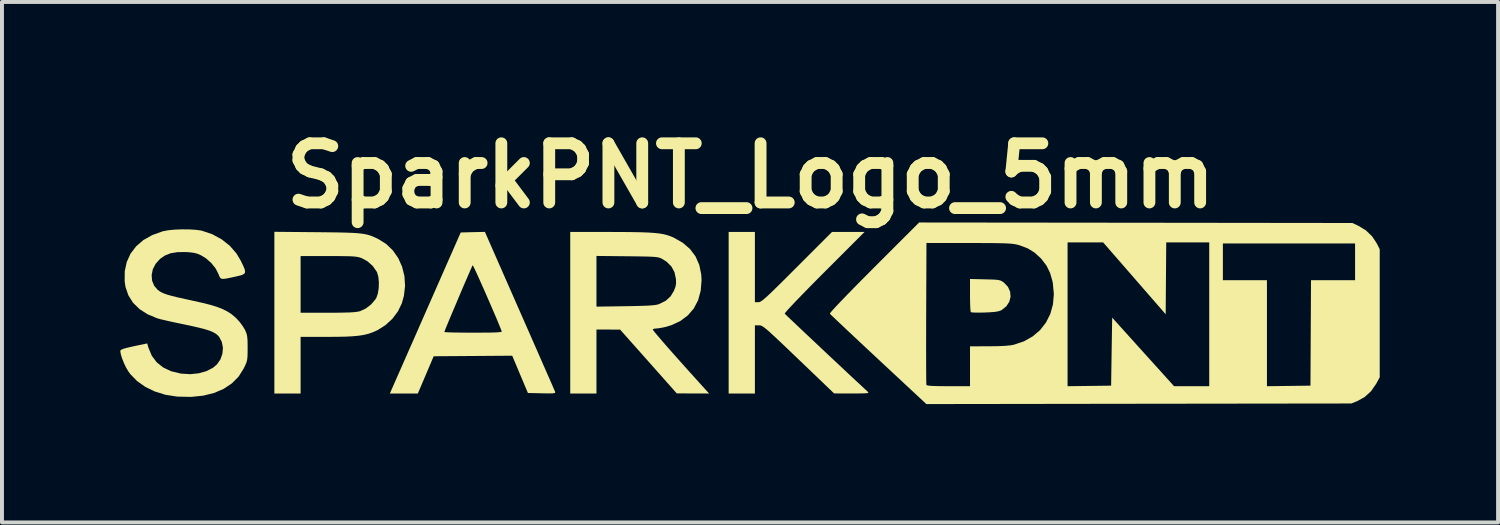
<source format=kicad_pcb>
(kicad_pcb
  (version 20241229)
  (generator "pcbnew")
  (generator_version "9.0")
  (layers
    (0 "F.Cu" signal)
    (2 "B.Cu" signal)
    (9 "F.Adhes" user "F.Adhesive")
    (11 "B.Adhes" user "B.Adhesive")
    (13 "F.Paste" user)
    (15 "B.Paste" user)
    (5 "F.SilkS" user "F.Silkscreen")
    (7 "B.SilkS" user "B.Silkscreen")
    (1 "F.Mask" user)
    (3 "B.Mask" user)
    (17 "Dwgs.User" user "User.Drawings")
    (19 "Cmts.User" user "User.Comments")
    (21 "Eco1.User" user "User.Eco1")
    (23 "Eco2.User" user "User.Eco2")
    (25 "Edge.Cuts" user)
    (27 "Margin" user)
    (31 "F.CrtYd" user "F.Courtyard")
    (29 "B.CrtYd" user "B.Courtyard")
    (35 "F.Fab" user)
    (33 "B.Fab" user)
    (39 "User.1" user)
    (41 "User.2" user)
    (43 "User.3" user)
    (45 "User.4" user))
  (footprint "SparkPNT_Logo_5mm"
    (layer "F.Cu")
    (at 15.98 4.904)
    (property "Reference" "SparkPNT_Logo_5mm" (at 0 -3.5 0) (layer "F.SilkS") (effects (font (size 1.5 1.5) (thickness 0.3))))
    (attr board_only exclude_from_pos_files exclude_from_bom)
    (fp_poly (pts (xy 5.94 -0.873) (xy 6.09 -0.869) (xy 6.197 -0.865) (xy 6.272 -0.857) (xy 6.324 -0.845) (xy 6.365 -0.827) (xy 6.404 -0.801) (xy 6.421 -0.788) (xy 6.521 -0.682) (xy 6.576 -0.56) (xy 6.587 -0.431) (xy 6.554 -0.304) (xy 6.48 -0.19) (xy 6.365 -0.097) (xy 6.347 -0.087) (xy 6.286 -0.065) (xy 6.196 -0.049) (xy 6.066 -0.038) (xy 5.931 -0.032) (xy 5.803 -0.029) (xy 5.694 -0.03) (xy 5.616 -0.034) (xy 5.58 -0.041) (xy 5.579 -0.042) (xy 5.572 -0.074) (xy 5.566 -0.15) (xy 5.562 -0.26) (xy 5.559 -0.394) (xy 5.559 -0.472) (xy 5.559 -0.882)) (stroke (width 0) (type solid)) (fill yes) (layer "F.SilkS"))
    (fp_poly (pts (xy 0.106 -1.184) (xy 0.106 -0.293) (xy 0.193 -0.293) (xy 0.216 -0.295) (xy 0.243 -0.306) (xy 0.278 -0.327) (xy 0.324 -0.362) (xy 0.384 -0.414) (xy 0.463 -0.486) (xy 0.563 -0.581) (xy 0.687 -0.703) (xy 0.84 -0.854) (xy 1.024 -1.038) (xy 1.17 -1.184) (xy 2.061 -2.075) (xy 2.473 -2.075) (xy 2.886 -2.075) (xy 1.865 -1.054) (xy 1.657 -0.845) (xy 1.467 -0.652) (xy 1.298 -0.479) (xy 1.153 -0.329) (xy 1.034 -0.203) (xy 0.944 -0.106) (xy 0.886 -0.039) (xy 0.862 -0.006) (xy 0.862 -0.003) (xy 0.883 0.018) (xy 0.939 0.072) (xy 1.025 0.154) (xy 1.138 0.26) (xy 1.271 0.387) (xy 1.423 0.53) (xy 1.588 0.685) (xy 1.762 0.849) (xy 1.94 1.017) (xy 2.12 1.185) (xy 2.295 1.349) (xy 2.462 1.506) (xy 2.617 1.651) (xy 2.756 1.78) (xy 2.874 1.889) (xy 2.966 1.975) (xy 2.978 1.986) (xy 2.985 1.999) (xy 2.969 2.008) (xy 2.925 2.015) (xy 2.845 2.018) (xy 2.724 2.02) (xy 2.566 2.02) (xy 2.114 2.019) (xy 1.213 1.156) (xy 1.003 0.955) (xy 0.828 0.788) (xy 0.684 0.652) (xy 0.567 0.543) (xy 0.475 0.458) (xy 0.402 0.396) (xy 0.346 0.351) (xy 0.304 0.321) (xy 0.271 0.304) (xy 0.243 0.295) (xy 0.218 0.293) (xy 0.209 0.293) (xy 0.106 0.293) (xy 0.106 1.157) (xy 0.106 2.021) (xy -0.226 2.021) (xy -0.559 2.021) (xy -0.559 -0.027) (xy -0.559 -2.075) (xy -0.226 -2.075) (xy 0.106 -2.075)) (stroke (width 0) (type solid)) (fill yes) (layer "F.SilkS"))
    (fp_poly (pts (xy -10.991 -2.068) (xy -10.703 -2.065) (xy -10.463 -2.062) (xy -10.264 -2.057) (xy -10.101 -2.051) (xy -9.967 -2.043) (xy -9.858 -2.031) (xy -9.766 -2.016) (xy -9.687 -1.997) (xy -9.615 -1.973) (xy -9.543 -1.943) (xy -9.466 -1.907) (xy -9.447 -1.898) (xy -9.243 -1.771) (xy -9.072 -1.607) (xy -8.935 -1.412) (xy -8.837 -1.192) (xy -8.778 -0.956) (xy -8.762 -0.707) (xy -8.791 -0.455) (xy -8.844 -0.265) (xy -8.942 -0.062) (xy -9.083 0.126) (xy -9.259 0.288) (xy -9.459 0.414) (xy -9.478 0.423) (xy -9.584 0.47) (xy -9.69 0.507) (xy -9.805 0.535) (xy -9.936 0.556) (xy -10.091 0.57) (xy -10.277 0.58) (xy -10.502 0.584) (xy -10.731 0.585) (xy -11.41 0.585) (xy -11.41 1.303) (xy -11.41 2.021) (xy -11.743 2.021) (xy -12.075 2.021) (xy -12.075 -0.028) (xy -12.075 -0.745) (xy -11.41 -0.745) (xy -11.41 -0.027) (xy -10.723 -0.027) (xy -10.493 -0.027) (xy -10.309 -0.03) (xy -10.166 -0.034) (xy -10.056 -0.041) (xy -9.974 -0.051) (xy -9.914 -0.063) (xy -9.904 -0.066) (xy -9.76 -0.132) (xy -9.624 -0.236) (xy -9.516 -0.362) (xy -9.488 -0.408) (xy -9.451 -0.515) (xy -9.43 -0.651) (xy -9.426 -0.798) (xy -9.439 -0.936) (xy -9.47 -1.047) (xy -9.478 -1.064) (xy -9.581 -1.211) (xy -9.715 -1.331) (xy -9.861 -1.41) (xy -9.908 -1.426) (xy -9.958 -1.439) (xy -10.018 -1.448) (xy -10.095 -1.455) (xy -10.197 -1.459) (xy -10.33 -1.461) (xy -10.502 -1.463) (xy -10.706 -1.463) (xy -11.41 -1.463) (xy -11.41 -0.745) (xy -12.075 -0.745) (xy -12.075 -2.078)) (stroke (width 0) (type solid)) (fill yes) (layer "F.SilkS"))
    (fp_poly (pts (xy -5.858 -0.074) (xy -5.722 0.235) (xy -5.592 0.53) (xy -5.47 0.809) (xy -5.357 1.066) (xy -5.255 1.299) (xy -5.165 1.504) (xy -5.089 1.676) (xy -5.029 1.813) (xy -4.987 1.911) (xy -4.963 1.966) (xy -4.959 1.976) (xy -4.955 1.995) (xy -4.966 2.007) (xy -4.999 2.015) (xy -5.063 2.018) (xy -5.165 2.018) (xy -5.294 2.016) (xy -5.648 2.008) (xy -5.847 1.536) (xy -6.046 1.063) (xy -7.041 1.07) (xy -8.037 1.077) (xy -8.237 1.549) (xy -8.438 2.021) (xy -8.793 2.021) (xy -9.148 2.021) (xy -9.121 1.962) (xy -9.107 1.928) (xy -9.072 1.85) (xy -9.02 1.731) (xy -8.951 1.574) (xy -8.867 1.384) (xy -8.77 1.164) (xy -8.662 0.917) (xy -8.543 0.649) (xy -8.461 0.462) (xy -7.766 0.462) (xy -7.741 0.466) (xy -7.669 0.47) (xy -7.557 0.474) (xy -7.413 0.476) (xy -7.243 0.478) (xy -7.053 0.479) (xy -7.032 0.479) (xy -6.807 0.478) (xy -6.631 0.477) (xy -6.498 0.474) (xy -6.404 0.469) (xy -6.345 0.463) (xy -6.316 0.455) (xy -6.311 0.445) (xy -6.351 0.345) (xy -6.404 0.215) (xy -6.468 0.063) (xy -6.54 -0.104) (xy -6.616 -0.28) (xy -6.694 -0.459) (xy -6.771 -0.634) (xy -6.844 -0.798) (xy -6.91 -0.945) (xy -6.966 -1.068) (xy -7.01 -1.161) (xy -7.039 -1.217) (xy -7.048 -1.231) (xy -7.063 -1.203) (xy -7.094 -1.132) (xy -7.14 -1.027) (xy -7.198 -0.893) (xy -7.265 -0.739) (xy -7.337 -0.57) (xy -7.412 -0.393) (xy -7.486 -0.217) (xy -7.558 -0.047) (xy -7.624 0.109) (xy -7.68 0.245) (xy -7.725 0.354) (xy -7.754 0.428) (xy -7.766 0.461) (xy -7.766 0.462) (xy -8.461 0.462) (xy -8.417 0.361) (xy -8.284 0.059) (xy -8.223 -0.08) (xy -7.351 -2.061) (xy -7.045 -2.069) (xy -6.738 -2.076)) (stroke (width 0) (type solid)) (fill yes) (layer "F.SilkS"))
    (fp_poly (pts (xy -3.544 -2.074) (xy -3.24 -2.073) (xy -2.983 -2.07) (xy -2.769 -2.066) (xy -2.59 -2.059) (xy -2.443 -2.049) (xy -2.32 -2.036) (xy -2.217 -2.019) (xy -2.128 -1.997) (xy -2.047 -1.97) (xy -1.969 -1.938) (xy -1.953 -1.931) (xy -1.724 -1.801) (xy -1.539 -1.642) (xy -1.399 -1.455) (xy -1.304 -1.239) (xy -1.254 -0.996) (xy -1.246 -0.85) (xy -1.268 -0.583) (xy -1.333 -0.344) (xy -1.442 -0.136) (xy -1.593 0.04) (xy -1.784 0.183) (xy -2.014 0.29) (xy -2.147 0.331) (xy -2.248 0.353) (xy -2.34 0.368) (xy -2.389 0.372) (xy -2.451 0.379) (xy -2.485 0.396) (xy -2.47 0.42) (xy -2.422 0.482) (xy -2.342 0.577) (xy -2.233 0.704) (xy -2.096 0.861) (xy -1.934 1.045) (xy -1.748 1.253) (xy -1.542 1.483) (xy -1.317 1.732) (xy -1.109 1.962) (xy -1.055 2.021) (xy -1.465 2.02) (xy -1.875 2.018) (xy -2.593 1.209) (xy -3.311 0.401) (xy -3.611 0.4) (xy -3.91 0.399) (xy -3.91 1.21) (xy -3.91 2.021) (xy -4.242 2.021) (xy -4.575 2.021) (xy -4.575 -0.027) (xy -4.575 -0.823) (xy -3.91 -0.823) (xy -3.91 -0.181) (xy -3.172 -0.192) (xy -2.944 -0.196) (xy -2.762 -0.201) (xy -2.621 -0.206) (xy -2.513 -0.213) (xy -2.432 -0.221) (xy -2.372 -0.232) (xy -2.325 -0.245) (xy -2.316 -0.249) (xy -2.153 -0.331) (xy -2.032 -0.441) (xy -1.948 -0.579) (xy -1.908 -0.681) (xy -1.892 -0.77) (xy -1.895 -0.875) (xy -1.895 -0.877) (xy -1.932 -1.053) (xy -2.011 -1.2) (xy -2.134 -1.321) (xy -2.247 -1.392) (xy -2.28 -1.409) (xy -2.316 -1.422) (xy -2.361 -1.432) (xy -2.421 -1.44) (xy -2.502 -1.446) (xy -2.612 -1.45) (xy -2.757 -1.453) (xy -2.943 -1.456) (xy -3.132 -1.458) (xy -3.91 -1.466) (xy -3.91 -0.823) (xy -4.575 -0.823) (xy -4.575 -2.075)) (stroke (width 0) (type solid)) (fill yes) (layer "F.SilkS"))
    (fp_poly (pts (xy 9.761 -2.308) (xy 15.253 -2.301) (xy 15.404 -2.23) (xy 15.596 -2.113) (xy 15.754 -1.96) (xy 15.867 -1.79) (xy 15.945 -1.636) (xy 15.945 -0.013) (xy 15.945 1.609) (xy 15.854 1.777) (xy 15.724 1.964) (xy 15.562 2.111) (xy 15.377 2.213) (xy 15.227 2.274) (xy 9.84 2.281) (xy 4.453 2.289) (xy 3.239 1.159) (xy 3.025 0.959) (xy 2.905 0.847) (xy 4.446 0.847) (xy 4.447 1.091) (xy 4.447 1.307) (xy 4.448 1.489) (xy 4.449 1.634) (xy 4.451 1.737) (xy 4.453 1.793) (xy 4.454 1.802) (xy 4.472 1.814) (xy 4.52 1.823) (xy 4.603 1.829) (xy 4.726 1.833) (xy 4.894 1.835) (xy 5.013 1.835) (xy 5.559 1.835) (xy 5.559 1.33) (xy 5.559 0.825) (xy 6.031 0.824) (xy 6.265 0.821) (xy 6.451 0.813) (xy 6.592 0.799) (xy 6.671 0.784) (xy 6.925 0.699) (xy 7.147 0.574) (xy 7.335 0.414) (xy 7.485 0.222) (xy 7.589 0.014) (xy 8.032 0.014) (xy 8.032 1.836) (xy 8.584 1.829) (xy 9.136 1.822) (xy 9.149 0.96) (xy 9.163 0.098) (xy 9.947 0.967) (xy 10.731 1.835) (xy 11.177 1.835) (xy 11.623 1.835) (xy 11.623 0.013) (xy 11.623 -1.317) (xy 11.969 -1.317) (xy 11.969 -0.851) (xy 12.527 -0.851) (xy 13.086 -0.851) (xy 13.086 0.493) (xy 13.086 1.836) (xy 13.638 1.829) (xy 14.189 1.822) (xy 14.196 0.485) (xy 14.203 -0.851) (xy 14.762 -0.851) (xy 15.32 -0.851) (xy 15.32 -1.317) (xy 15.32 -1.782) (xy 13.644 -1.782) (xy 11.969 -1.782) (xy 11.969 -1.317) (xy 11.623 -1.317) (xy 11.623 -1.809) (xy 11.078 -1.809) (xy 10.533 -1.809) (xy 10.526 -0.898) (xy 10.519 0.012) (xy 9.727 -0.898) (xy 8.934 -1.809) (xy 8.483 -1.809) (xy 8.032 -1.809) (xy 8.032 0.014) (xy 7.589 0.014) (xy 7.595 0.003) (xy 7.662 -0.239) (xy 7.684 -0.499) (xy 7.659 -0.773) (xy 7.649 -0.826) (xy 7.588 -1.037) (xy 7.5 -1.217) (xy 7.374 -1.383) (xy 7.352 -1.408) (xy 7.195 -1.551) (xy 7.022 -1.658) (xy 6.816 -1.736) (xy 6.782 -1.745) (xy 6.733 -1.757) (xy 6.679 -1.767) (xy 6.614 -1.775) (xy 6.532 -1.781) (xy 6.427 -1.786) (xy 6.295 -1.789) (xy 6.129 -1.792) (xy 5.925 -1.793) (xy 5.675 -1.794) (xy 5.532 -1.794) (xy 4.455 -1.795) (xy 4.448 -0.013) (xy 4.447 0.29) (xy 4.447 0.579) (xy 4.446 0.847) (xy 2.905 0.847) (xy 2.823 0.77) (xy 2.635 0.594) (xy 2.465 0.435) (xy 2.317 0.295) (xy 2.194 0.179) (xy 2.099 0.089) (xy 2.036 0.028) (xy 2.008 -0.001) (xy 2.007 -0.002) (xy 2.021 -0.027) (xy 2.072 -0.088) (xy 2.158 -0.182) (xy 2.277 -0.308) (xy 2.428 -0.464) (xy 2.608 -0.649) (xy 2.817 -0.861) (xy 3.052 -1.097) (xy 3.128 -1.174) (xy 4.269 -2.314)) (stroke (width 0) (type solid)) (fill yes) (layer "F.SilkS"))
    (fp_poly (pts (xy -14.241 -2.139) (xy -14.073 -2.129) (xy -13.937 -2.111) (xy -13.91 -2.105) (xy -13.648 -2.016) (xy -13.411 -1.887) (xy -13.204 -1.723) (xy -13.035 -1.528) (xy -12.927 -1.346) (xy -12.863 -1.213) (xy -12.825 -1.119) (xy -12.816 -1.055) (xy -12.839 -1.013) (xy -12.897 -0.983) (xy -12.994 -0.957) (xy -13.072 -0.94) (xy -13.217 -0.908) (xy -13.318 -0.889) (xy -13.386 -0.884) (xy -13.429 -0.894) (xy -13.456 -0.922) (xy -13.477 -0.968) (xy -13.492 -1.008) (xy -13.564 -1.149) (xy -13.674 -1.286) (xy -13.808 -1.405) (xy -13.93 -1.48) (xy -14.02 -1.52) (xy -14.11 -1.544) (xy -14.218 -1.558) (xy -14.324 -1.565) (xy -14.534 -1.562) (xy -14.706 -1.534) (xy -14.851 -1.476) (xy -14.972 -1.392) (xy -15.084 -1.268) (xy -15.156 -1.129) (xy -15.186 -0.983) (xy -15.175 -0.84) (xy -15.121 -0.709) (xy -15.032 -0.606) (xy -14.986 -0.572) (xy -14.933 -0.541) (xy -14.867 -0.512) (xy -14.781 -0.482) (xy -14.668 -0.451) (xy -14.521 -0.415) (xy -14.334 -0.373) (xy -14.15 -0.333) (xy -13.896 -0.276) (xy -13.688 -0.223) (xy -13.517 -0.17) (xy -13.377 -0.115) (xy -13.259 -0.054) (xy -13.155 0.015) (xy -13.059 0.096) (xy -13.045 0.109) (xy -12.955 0.207) (xy -12.873 0.318) (xy -12.826 0.396) (xy -12.795 0.464) (xy -12.774 0.525) (xy -12.762 0.593) (xy -12.755 0.68) (xy -12.753 0.802) (xy -12.753 0.866) (xy -12.754 1.002) (xy -12.757 1.1) (xy -12.767 1.174) (xy -12.784 1.238) (xy -12.814 1.307) (xy -12.853 1.389) (xy -12.983 1.594) (xy -13.154 1.766) (xy -13.362 1.904) (xy -13.605 2.008) (xy -13.881 2.076) (xy -14.187 2.107) (xy -14.521 2.1) (xy -14.548 2.098) (xy -14.837 2.053) (xy -15.105 1.97) (xy -15.347 1.853) (xy -15.557 1.704) (xy -15.728 1.528) (xy -15.78 1.455) (xy -15.836 1.36) (xy -15.889 1.248) (xy -15.934 1.134) (xy -15.966 1.032) (xy -15.98 0.956) (xy -15.979 0.935) (xy -15.96 0.913) (xy -15.908 0.89) (xy -15.817 0.864) (xy -15.681 0.832) (xy -15.635 0.822) (xy -15.299 0.752) (xy -15.267 0.861) (xy -15.183 1.062) (xy -15.059 1.229) (xy -14.895 1.36) (xy -14.693 1.456) (xy -14.455 1.514) (xy -14.432 1.517) (xy -14.207 1.531) (xy -13.993 1.509) (xy -13.799 1.455) (xy -13.635 1.371) (xy -13.533 1.286) (xy -13.443 1.158) (xy -13.392 1.012) (xy -13.379 0.86) (xy -13.407 0.714) (xy -13.474 0.587) (xy -13.502 0.554) (xy -13.553 0.51) (xy -13.621 0.47) (xy -13.711 0.431) (xy -13.83 0.393) (xy -13.984 0.353) (xy -14.179 0.308) (xy -14.383 0.265) (xy -14.553 0.23) (xy -14.714 0.195) (xy -14.856 0.163) (xy -14.967 0.136) (xy -15.038 0.116) (xy -15.041 0.116) (xy -15.288 0.013) (xy -15.494 -0.119) (xy -15.658 -0.28) (xy -15.776 -0.468) (xy -15.849 -0.68) (xy -15.87 -0.823) (xy -15.868 -1.079) (xy -15.817 -1.313) (xy -15.721 -1.524) (xy -15.579 -1.71) (xy -15.396 -1.868) (xy -15.171 -1.995) (xy -14.907 -2.09) (xy -14.894 -2.093) (xy -14.768 -2.117) (xy -14.605 -2.133) (xy -14.424 -2.14)) (stroke (width 0) (type solid)) (fill yes) (layer "F.SilkS")))
  (gr_rect
    (start -3 -3)
    (end 34.925 10.193)
    (stroke (width 0.1) (type default))
    (fill no)
    (layer "Edge.Cuts")))
</source>
